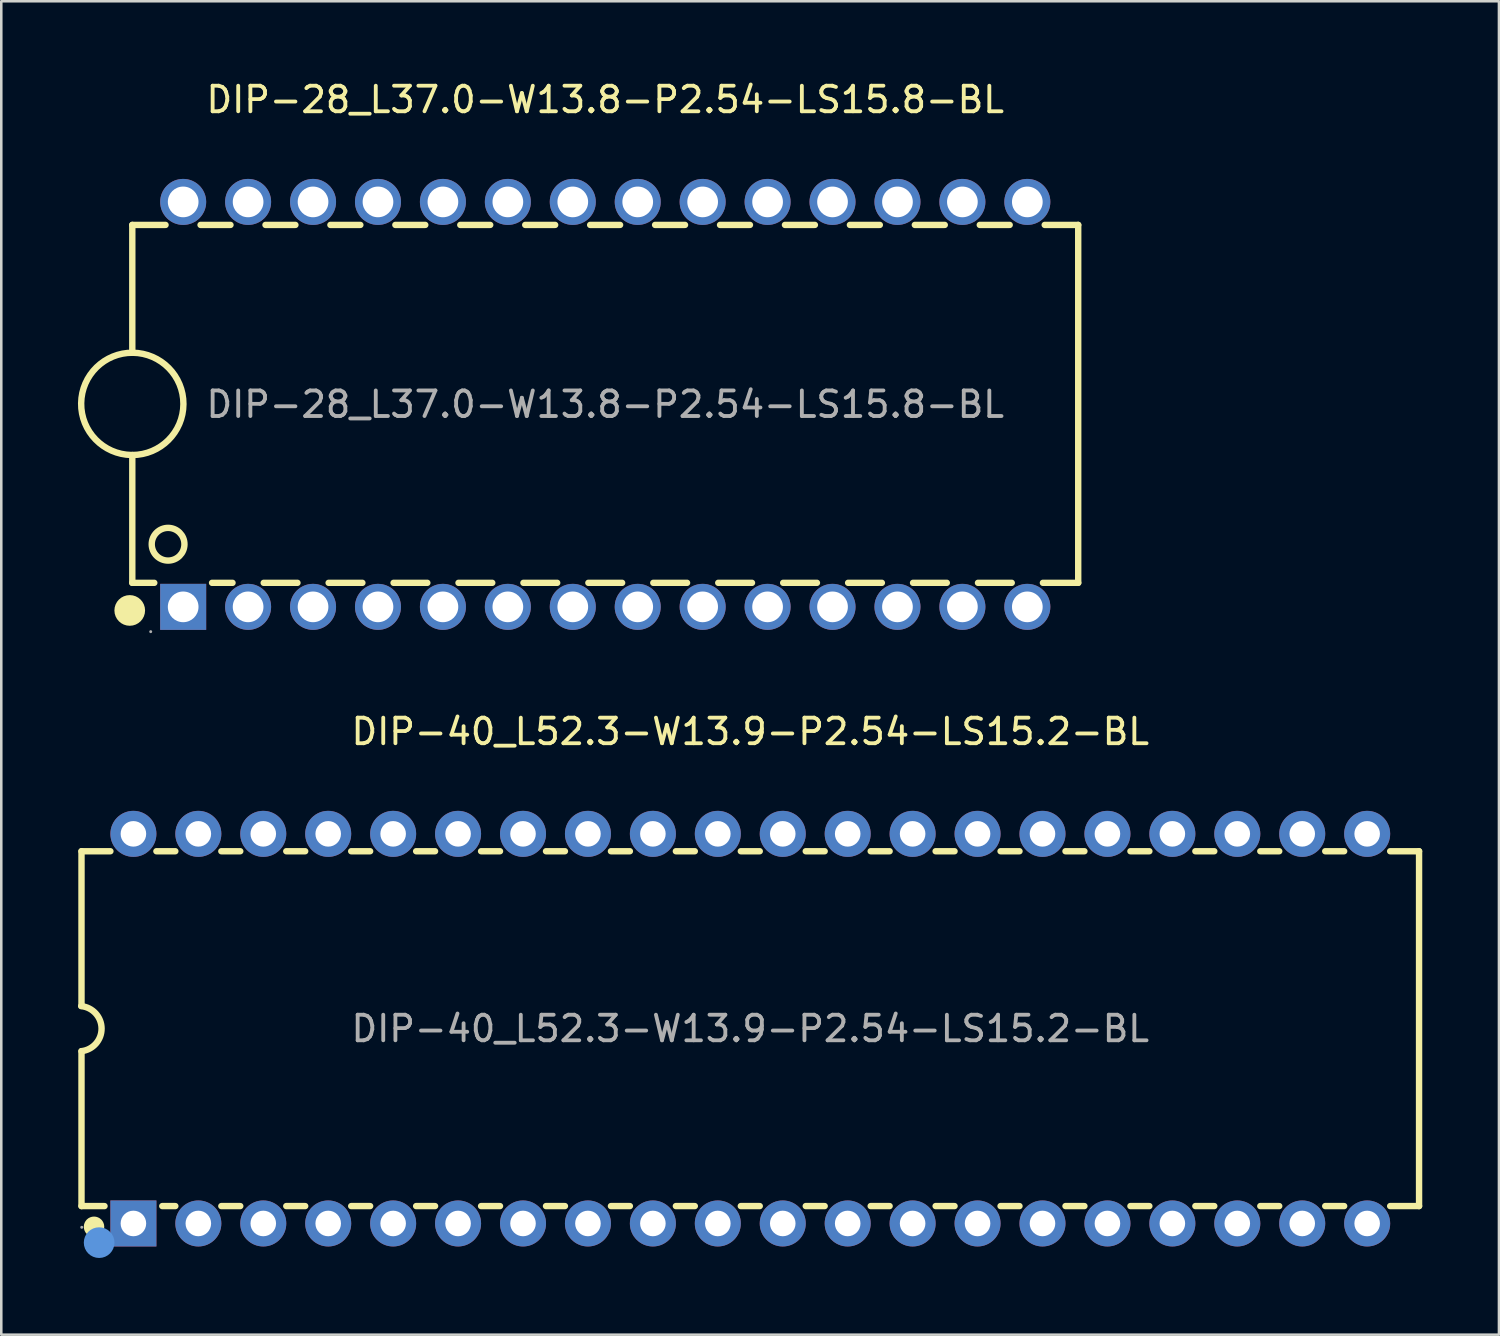
<source format=kicad_pcb>
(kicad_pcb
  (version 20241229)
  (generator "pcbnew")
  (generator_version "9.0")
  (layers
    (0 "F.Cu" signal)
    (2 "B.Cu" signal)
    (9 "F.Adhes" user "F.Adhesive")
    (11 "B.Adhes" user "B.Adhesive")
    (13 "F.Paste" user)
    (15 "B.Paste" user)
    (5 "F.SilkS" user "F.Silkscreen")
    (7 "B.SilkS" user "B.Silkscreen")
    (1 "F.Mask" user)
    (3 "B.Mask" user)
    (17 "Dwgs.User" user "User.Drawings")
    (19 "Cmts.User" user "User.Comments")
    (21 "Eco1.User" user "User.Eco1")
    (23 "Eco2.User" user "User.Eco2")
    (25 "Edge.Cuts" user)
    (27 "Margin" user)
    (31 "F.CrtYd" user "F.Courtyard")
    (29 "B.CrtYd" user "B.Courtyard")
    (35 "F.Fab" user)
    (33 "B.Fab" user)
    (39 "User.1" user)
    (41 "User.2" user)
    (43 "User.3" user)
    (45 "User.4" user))
  (footprint "DIP-40_L52.3-W13.9-P2.54-LS15.2-BL"
    (layer "F.Cu")
    (at 26.298 37.187)
    (property "Reference" "DIP-40_L52.3-W13.9-P2.54-LS15.2-BL" (at 0 -11.62 0) (layer "F.SilkS") (effects (font (size 1 1) (thickness 0.15))))
    (attr through_hole)
    (fp_line (start -26.16 -6.94) (end -26.16 -0.89) (stroke (width 0.25) (type solid)) (layer "F.SilkS"))
    (fp_line (start -26.16 -6.94) (end -25.03 -6.94) (stroke (width 0.25) (type solid)) (layer "F.SilkS"))
    (fp_line (start -26.16 6.94) (end -26.16 0.88) (stroke (width 0.25) (type solid)) (layer "F.SilkS"))
    (fp_line (start -26.16 6.94) (end -25.26 6.94) (stroke (width 0.25) (type solid)) (layer "F.SilkS"))
    (fp_line (start -23.23 -6.94) (end -22.49 -6.94) (stroke (width 0.25) (type solid)) (layer "F.SilkS"))
    (fp_line (start -23 6.94) (end -22.49 6.94) (stroke (width 0.25) (type solid)) (layer "F.SilkS"))
    (fp_line (start -20.69 -6.94) (end -19.95 -6.94) (stroke (width 0.25) (type solid)) (layer "F.SilkS"))
    (fp_line (start -20.69 6.94) (end -19.95 6.94) (stroke (width 0.25) (type solid)) (layer "F.SilkS"))
    (fp_line (start -18.15 -6.94) (end -17.41 -6.94) (stroke (width 0.25) (type solid)) (layer "F.SilkS"))
    (fp_line (start -18.15 6.94) (end -17.41 6.94) (stroke (width 0.25) (type solid)) (layer "F.SilkS"))
    (fp_line (start -15.61 -6.94) (end -14.87 -6.94) (stroke (width 0.25) (type solid)) (layer "F.SilkS"))
    (fp_line (start -15.61 6.94) (end -14.87 6.94) (stroke (width 0.25) (type solid)) (layer "F.SilkS"))
    (fp_line (start -13.07 -6.94) (end -12.33 -6.94) (stroke (width 0.25) (type solid)) (layer "F.SilkS"))
    (fp_line (start -13.07 6.94) (end -12.33 6.94) (stroke (width 0.25) (type solid)) (layer "F.SilkS"))
    (fp_line (start -10.53 -6.94) (end -9.79 -6.94) (stroke (width 0.25) (type solid)) (layer "F.SilkS"))
    (fp_line (start -10.53 6.94) (end -9.79 6.94) (stroke (width 0.25) (type solid)) (layer "F.SilkS"))
    (fp_line (start -7.99 -6.94) (end -7.25 -6.94) (stroke (width 0.25) (type solid)) (layer "F.SilkS"))
    (fp_line (start -7.99 6.94) (end -7.25 6.94) (stroke (width 0.25) (type solid)) (layer "F.SilkS"))
    (fp_line (start -5.45 -6.94) (end -4.71 -6.94) (stroke (width 0.25) (type solid)) (layer "F.SilkS"))
    (fp_line (start -5.45 6.94) (end -4.71 6.94) (stroke (width 0.25) (type solid)) (layer "F.SilkS"))
    (fp_line (start -2.91 -6.94) (end -2.17 -6.94) (stroke (width 0.25) (type solid)) (layer "F.SilkS"))
    (fp_line (start -2.91 6.94) (end -2.17 6.94) (stroke (width 0.25) (type solid)) (layer "F.SilkS"))
    (fp_line (start -0.37 -6.94) (end 0.37 -6.94) (stroke (width 0.25) (type solid)) (layer "F.SilkS"))
    (fp_line (start -0.37 6.94) (end 0.37 6.94) (stroke (width 0.25) (type solid)) (layer "F.SilkS"))
    (fp_line (start 2.17 -6.94) (end 2.91 -6.94) (stroke (width 0.25) (type solid)) (layer "F.SilkS"))
    (fp_line (start 2.17 6.94) (end 2.91 6.94) (stroke (width 0.25) (type solid)) (layer "F.SilkS"))
    (fp_line (start 4.71 -6.94) (end 5.45 -6.94) (stroke (width 0.25) (type solid)) (layer "F.SilkS"))
    (fp_line (start 4.71 6.94) (end 5.45 6.94) (stroke (width 0.25) (type solid)) (layer "F.SilkS"))
    (fp_line (start 7.25 -6.94) (end 7.99 -6.94) (stroke (width 0.25) (type solid)) (layer "F.SilkS"))
    (fp_line (start 7.25 6.94) (end 7.99 6.94) (stroke (width 0.25) (type solid)) (layer "F.SilkS"))
    (fp_line (start 9.79 -6.94) (end 10.53 -6.94) (stroke (width 0.25) (type solid)) (layer "F.SilkS"))
    (fp_line (start 9.79 6.94) (end 10.53 6.94) (stroke (width 0.25) (type solid)) (layer "F.SilkS"))
    (fp_line (start 12.33 -6.94) (end 13.07 -6.94) (stroke (width 0.25) (type solid)) (layer "F.SilkS"))
    (fp_line (start 12.33 6.94) (end 13.07 6.94) (stroke (width 0.25) (type solid)) (layer "F.SilkS"))
    (fp_line (start 14.87 -6.94) (end 15.61 -6.94) (stroke (width 0.25) (type solid)) (layer "F.SilkS"))
    (fp_line (start 14.87 6.94) (end 15.61 6.94) (stroke (width 0.25) (type solid)) (layer "F.SilkS"))
    (fp_line (start 17.41 -6.94) (end 18.15 -6.94) (stroke (width 0.25) (type solid)) (layer "F.SilkS"))
    (fp_line (start 17.41 6.94) (end 18.15 6.94) (stroke (width 0.25) (type solid)) (layer "F.SilkS"))
    (fp_line (start 19.95 -6.94) (end 20.69 -6.94) (stroke (width 0.25) (type solid)) (layer "F.SilkS"))
    (fp_line (start 19.95 6.94) (end 20.69 6.94) (stroke (width 0.25) (type solid)) (layer "F.SilkS"))
    (fp_line (start 22.49 -6.94) (end 23.23 -6.94) (stroke (width 0.25) (type solid)) (layer "F.SilkS"))
    (fp_line (start 22.49 6.94) (end 23.23 6.94) (stroke (width 0.25) (type solid)) (layer "F.SilkS"))
    (fp_line (start 25.03 -6.94) (end 26.16 -6.94) (stroke (width 0.25) (type solid)) (layer "F.SilkS"))
    (fp_line (start 25.03 6.94) (end 26.16 6.94) (stroke (width 0.25) (type solid)) (layer "F.SilkS"))
    (fp_line (start 26.16 -6.94) (end 26.16 6.94) (stroke (width 0.25) (type solid)) (layer "F.SilkS"))
    (fp_arc (start -26.172545 -0.881335) (mid -25.374359 -0.006308) (end -26.16 0.88) (stroke (width 0.25) (type solid)) (layer "F.SilkS"))
    (fp_circle (center -25.67 7.75) (end -25.47 7.75) (stroke (width 0.4) (type solid)) (fill no) (layer "F.SilkS"))
    (fp_circle (center -25.47 8.37) (end -25.17 8.37) (stroke (width 0.6) (type solid)) (fill no) (layer "Cmts.User"))
    (fp_circle (center -26.15 7.77) (end -26.12 7.77) (stroke (width 0.06) (type solid)) (fill no) (layer "F.Fab"))
    (fp_text user "${REFERENCE}" (at 0 0 0) (layer "F.Fab") (effects (font (size 1 1) (thickness 0.15))))
    (pad "1" thru_hole rect (at -24.13 7.62) (size 1.8 1.8) (drill 1) (layers "*.Cu" "*.Paste" "*.Mask"))
    (pad "2" thru_hole circle (at -21.59 7.62) (size 1.8 1.8) (drill 1) (layers "*.Cu" "*.Paste" "*.Mask"))
    (pad "3" thru_hole circle (at -19.05 7.62) (size 1.8 1.8) (drill 1) (layers "*.Cu" "*.Paste" "*.Mask"))
    (pad "4" thru_hole circle (at -16.51 7.62) (size 1.8 1.8) (drill 1) (layers "*.Cu" "*.Paste" "*.Mask"))
    (pad "5" thru_hole circle (at -13.97 7.62) (size 1.8 1.8) (drill 1) (layers "*.Cu" "*.Paste" "*.Mask"))
    (pad "6" thru_hole circle (at -11.43 7.62) (size 1.8 1.8) (drill 1) (layers "*.Cu" "*.Paste" "*.Mask"))
    (pad "7" thru_hole circle (at -8.89 7.62) (size 1.8 1.8) (drill 1) (layers "*.Cu" "*.Paste" "*.Mask"))
    (pad "8" thru_hole circle (at -6.35 7.62) (size 1.8 1.8) (drill 1) (layers "*.Cu" "*.Paste" "*.Mask"))
    (pad "9" thru_hole circle (at -3.81 7.62) (size 1.8 1.8) (drill 1) (layers "*.Cu" "*.Paste" "*.Mask"))
    (pad "10" thru_hole circle (at -1.27 7.62) (size 1.8 1.8) (drill 1) (layers "*.Cu" "*.Paste" "*.Mask"))
    (pad "11" thru_hole circle (at 1.27 7.62) (size 1.8 1.8) (drill 1) (layers "*.Cu" "*.Paste" "*.Mask"))
    (pad "12" thru_hole circle (at 3.81 7.62) (size 1.8 1.8) (drill 1) (layers "*.Cu" "*.Paste" "*.Mask"))
    (pad "13" thru_hole circle (at 6.35 7.62) (size 1.8 1.8) (drill 1) (layers "*.Cu" "*.Paste" "*.Mask"))
    (pad "14" thru_hole circle (at 8.89 7.62) (size 1.8 1.8) (drill 1) (layers "*.Cu" "*.Paste" "*.Mask"))
    (pad "15" thru_hole circle (at 11.43 7.62) (size 1.8 1.8) (drill 1) (layers "*.Cu" "*.Paste" "*.Mask"))
    (pad "16" thru_hole circle (at 13.97 7.62) (size 1.8 1.8) (drill 1) (layers "*.Cu" "*.Paste" "*.Mask"))
    (pad "17" thru_hole circle (at 16.51 7.62) (size 1.8 1.8) (drill 1) (layers "*.Cu" "*.Paste" "*.Mask"))
    (pad "18" thru_hole circle (at 19.05 7.62) (size 1.8 1.8) (drill 1) (layers "*.Cu" "*.Paste" "*.Mask"))
    (pad "19" thru_hole circle (at 21.59 7.62) (size 1.8 1.8) (drill 1) (layers "*.Cu" "*.Paste" "*.Mask"))
    (pad "20" thru_hole circle (at 24.13 7.62) (size 1.8 1.8) (drill 1) (layers "*.Cu" "*.Paste" "*.Mask"))
    (pad "21" thru_hole circle (at 24.13 -7.62) (size 1.8 1.8) (drill 1) (layers "*.Cu" "*.Paste" "*.Mask"))
    (pad "22" thru_hole circle (at 21.59 -7.62) (size 1.8 1.8) (drill 1) (layers "*.Cu" "*.Paste" "*.Mask"))
    (pad "23" thru_hole circle (at 19.05 -7.62) (size 1.8 1.8) (drill 1) (layers "*.Cu" "*.Paste" "*.Mask"))
    (pad "24" thru_hole circle (at 16.51 -7.62) (size 1.8 1.8) (drill 1) (layers "*.Cu" "*.Paste" "*.Mask"))
    (pad "25" thru_hole circle (at 13.97 -7.62) (size 1.8 1.8) (drill 1) (layers "*.Cu" "*.Paste" "*.Mask"))
    (pad "26" thru_hole circle (at 11.43 -7.62) (size 1.8 1.8) (drill 1) (layers "*.Cu" "*.Paste" "*.Mask"))
    (pad "27" thru_hole circle (at 8.89 -7.62) (size 1.8 1.8) (drill 1) (layers "*.Cu" "*.Paste" "*.Mask"))
    (pad "28" thru_hole circle (at 6.35 -7.62) (size 1.8 1.8) (drill 1) (layers "*.Cu" "*.Paste" "*.Mask"))
    (pad "29" thru_hole circle (at 3.81 -7.62) (size 1.8 1.8) (drill 1) (layers "*.Cu" "*.Paste" "*.Mask"))
    (pad "30" thru_hole circle (at 1.27 -7.62) (size 1.8 1.8) (drill 1) (layers "*.Cu" "*.Paste" "*.Mask"))
    (pad "31" thru_hole circle (at -1.27 -7.62) (size 1.8 1.8) (drill 1) (layers "*.Cu" "*.Paste" "*.Mask"))
    (pad "32" thru_hole circle (at -3.81 -7.62) (size 1.8 1.8) (drill 1) (layers "*.Cu" "*.Paste" "*.Mask"))
    (pad "33" thru_hole circle (at -6.35 -7.62) (size 1.8 1.8) (drill 1) (layers "*.Cu" "*.Paste" "*.Mask"))
    (pad "34" thru_hole circle (at -8.89 -7.62) (size 1.8 1.8) (drill 1) (layers "*.Cu" "*.Paste" "*.Mask"))
    (pad "35" thru_hole circle (at -11.43 -7.62) (size 1.8 1.8) (drill 1) (layers "*.Cu" "*.Paste" "*.Mask"))
    (pad "36" thru_hole circle (at -13.97 -7.62) (size 1.8 1.8) (drill 1) (layers "*.Cu" "*.Paste" "*.Mask"))
    (pad "37" thru_hole circle (at -16.51 -7.62) (size 1.8 1.8) (drill 1) (layers "*.Cu" "*.Paste" "*.Mask"))
    (pad "38" thru_hole circle (at -19.05 -7.62) (size 1.8 1.8) (drill 1) (layers "*.Cu" "*.Paste" "*.Mask"))
    (pad "39" thru_hole circle (at -21.59 -7.62) (size 1.8 1.8) (drill 1) (layers "*.Cu" "*.Paste" "*.Mask"))
    (pad "40" thru_hole circle (at -24.13 -7.62) (size 1.8 1.8) (drill 1) (layers "*.Cu" "*.Paste" "*.Mask")))
  (footprint "DIP-28_L37.0-W13.8-P2.54-LS15.8-BL"
    (layer "F.Cu")
    (at 20.625 12.768)
    (property "Reference" "DIP-28_L37.0-W13.8-P2.54-LS15.8-BL" (at 0 -11.92 0) (layer "F.SilkS") (effects (font (size 1 1) (thickness 0.15))))
    (attr through_hole)
    (fp_line (start -18.5 -7.02) (end -18.5 -2.02) (stroke (width 0.25) (type solid)) (layer "F.SilkS"))
    (fp_line (start -18.5 1.98) (end -18.5 6.98) (stroke (width 0.25) (type solid)) (layer "F.SilkS"))
    (fp_line (start -17.64 6.98) (end -18.5 6.98) (stroke (width 0.25) (type solid)) (layer "F.SilkS"))
    (fp_line (start -17.2 -7.02) (end -18.5 -7.02) (stroke (width 0.25) (type solid)) (layer "F.SilkS"))
    (fp_line (start -14.66 -7.02) (end -15.83 -7.02) (stroke (width 0.25) (type solid)) (layer "F.SilkS"))
    (fp_line (start -14.58 6.98) (end -15.38 6.98) (stroke (width 0.25) (type solid)) (layer "F.SilkS"))
    (fp_line (start -12.12 -7.02) (end -13.29 -7.02) (stroke (width 0.25) (type solid)) (layer "F.SilkS"))
    (fp_line (start -12.04 6.98) (end -13.36 6.98) (stroke (width 0.25) (type solid)) (layer "F.SilkS"))
    (fp_line (start -9.58 -7.02) (end -10.75 -7.02) (stroke (width 0.25) (type solid)) (layer "F.SilkS"))
    (fp_line (start -9.5 6.98) (end -10.82 6.98) (stroke (width 0.25) (type solid)) (layer "F.SilkS"))
    (fp_line (start -7.04 -7.02) (end -8.21 -7.02) (stroke (width 0.25) (type solid)) (layer "F.SilkS"))
    (fp_line (start -6.96 6.98) (end -8.28 6.98) (stroke (width 0.25) (type solid)) (layer "F.SilkS"))
    (fp_line (start -4.5 -7.02) (end -5.67 -7.02) (stroke (width 0.25) (type solid)) (layer "F.SilkS"))
    (fp_line (start -4.42 6.98) (end -5.74 6.98) (stroke (width 0.25) (type solid)) (layer "F.SilkS"))
    (fp_line (start -1.96 -7.02) (end -3.13 -7.02) (stroke (width 0.25) (type solid)) (layer "F.SilkS"))
    (fp_line (start -1.88 6.98) (end -3.2 6.98) (stroke (width 0.25) (type solid)) (layer "F.SilkS"))
    (fp_line (start 0.58 -7.02) (end -0.59 -7.02) (stroke (width 0.25) (type solid)) (layer "F.SilkS"))
    (fp_line (start 0.66 6.98) (end -0.66 6.98) (stroke (width 0.25) (type solid)) (layer "F.SilkS"))
    (fp_line (start 3.12 -7.02) (end 1.95 -7.02) (stroke (width 0.25) (type solid)) (layer "F.SilkS"))
    (fp_line (start 3.2 6.98) (end 1.88 6.98) (stroke (width 0.25) (type solid)) (layer "F.SilkS"))
    (fp_line (start 5.66 -7.02) (end 4.49 -7.02) (stroke (width 0.25) (type solid)) (layer "F.SilkS"))
    (fp_line (start 5.74 6.98) (end 4.42 6.98) (stroke (width 0.25) (type solid)) (layer "F.SilkS"))
    (fp_line (start 8.2 -7.02) (end 7.03 -7.02) (stroke (width 0.25) (type solid)) (layer "F.SilkS"))
    (fp_line (start 8.28 6.98) (end 6.96 6.98) (stroke (width 0.25) (type solid)) (layer "F.SilkS"))
    (fp_line (start 10.74 -7.02) (end 9.57 -7.02) (stroke (width 0.25) (type solid)) (layer "F.SilkS"))
    (fp_line (start 10.82 6.98) (end 9.5 6.98) (stroke (width 0.25) (type solid)) (layer "F.SilkS"))
    (fp_line (start 13.28 -7.02) (end 12.11 -7.02) (stroke (width 0.25) (type solid)) (layer "F.SilkS"))
    (fp_line (start 13.36 6.98) (end 12.04 6.98) (stroke (width 0.25) (type solid)) (layer "F.SilkS"))
    (fp_line (start 15.82 -7.02) (end 14.65 -7.02) (stroke (width 0.25) (type solid)) (layer "F.SilkS"))
    (fp_line (start 15.9 6.98) (end 14.58 6.98) (stroke (width 0.25) (type solid)) (layer "F.SilkS"))
    (fp_line (start 18.5 -7.02) (end 17.19 -7.02) (stroke (width 0.25) (type solid)) (layer "F.SilkS"))
    (fp_line (start 18.5 6.98) (end 17.12 6.98) (stroke (width 0.25) (type solid)) (layer "F.SilkS"))
    (fp_line (start 18.5 6.98) (end 18.5 -7.02) (stroke (width 0.25) (type solid)) (layer "F.SilkS"))
    (fp_arc (start -18.6 8.06) (mid -18.6 8.06) (end -18.6 8.06) (stroke (width 0.6) (type solid)) (layer "F.SilkS"))
    (fp_arc (start -18.534905 1.979695) (mid -18.482547 -2.019923) (end -18.5 1.98) (stroke (width 0.25) (type solid)) (layer "F.SilkS"))
    (fp_circle (center -17.1 5.47) (end -16.46 5.47) (stroke (width 0.25) (type solid)) (fill no) (layer "F.SilkS"))
    (fp_circle (center -17.78 8.89) (end -17.75 8.89) (stroke (width 0.06) (type solid)) (fill no) (layer "F.Fab"))
    (fp_text user "${REFERENCE}" (at 0 0 0) (layer "F.Fab") (effects (font (size 1 1) (thickness 0.15))))
    (pad "1" thru_hole rect (at -16.51 7.92) (size 1.8 1.8) (drill 1.2) (layers "*.Cu" "*.Paste" "*.Mask"))
    (pad "2" thru_hole circle (at -13.97 7.92) (size 1.8 1.8) (drill 1.2) (layers "*.Cu" "*.Paste" "*.Mask"))
    (pad "3" thru_hole circle (at -11.43 7.92) (size 1.8 1.8) (drill 1.2) (layers "*.Cu" "*.Paste" "*.Mask"))
    (pad "4" thru_hole circle (at -8.89 7.92) (size 1.8 1.8) (drill 1.2) (layers "*.Cu" "*.Paste" "*.Mask"))
    (pad "5" thru_hole circle (at -6.35 7.92) (size 1.8 1.8) (drill 1.2) (layers "*.Cu" "*.Paste" "*.Mask"))
    (pad "6" thru_hole circle (at -3.81 7.92) (size 1.8 1.8) (drill 1.2) (layers "*.Cu" "*.Paste" "*.Mask"))
    (pad "7" thru_hole circle (at -1.27 7.92) (size 1.8 1.8) (drill 1.2) (layers "*.Cu" "*.Paste" "*.Mask"))
    (pad "8" thru_hole circle (at 1.27 7.92) (size 1.8 1.8) (drill 1.2) (layers "*.Cu" "*.Paste" "*.Mask"))
    (pad "9" thru_hole circle (at 3.81 7.92) (size 1.8 1.8) (drill 1.2) (layers "*.Cu" "*.Paste" "*.Mask"))
    (pad "10" thru_hole circle (at 6.35 7.92 180) (size 1.8 1.8) (drill 1.2) (layers "*.Cu" "*.Paste" "*.Mask"))
    (pad "11" thru_hole circle (at 8.89 7.92 180) (size 1.8 1.8) (drill 1.2) (layers "*.Cu" "*.Paste" "*.Mask"))
    (pad "12" thru_hole circle (at 11.43 7.92 180) (size 1.8 1.8) (drill 1.2) (layers "*.Cu" "*.Paste" "*.Mask"))
    (pad "13" thru_hole circle (at 13.97 7.92 180) (size 1.8 1.8) (drill 1.2) (layers "*.Cu" "*.Paste" "*.Mask"))
    (pad "14" thru_hole circle (at 16.51 7.92 180) (size 1.8 1.8) (drill 1.2) (layers "*.Cu" "*.Paste" "*.Mask"))
    (pad "15" thru_hole circle (at 16.51 -7.92) (size 1.8 1.8) (drill 1.2) (layers "*.Cu" "*.Paste" "*.Mask"))
    (pad "16" thru_hole circle (at 13.97 -7.92) (size 1.8 1.8) (drill 1.2) (layers "*.Cu" "*.Paste" "*.Mask"))
    (pad "17" thru_hole circle (at 11.43 -7.92) (size 1.8 1.8) (drill 1.2) (layers "*.Cu" "*.Paste" "*.Mask"))
    (pad "18" thru_hole circle (at 8.89 -7.92) (size 1.8 1.8) (drill 1.2) (layers "*.Cu" "*.Paste" "*.Mask"))
    (pad "19" thru_hole circle (at 6.35 -7.92) (size 1.8 1.8) (drill 1.2) (layers "*.Cu" "*.Paste" "*.Mask"))
    (pad "20" thru_hole circle (at 3.81 -7.92) (size 1.8 1.8) (drill 1.2) (layers "*.Cu" "*.Paste" "*.Mask"))
    (pad "21" thru_hole circle (at 1.27 -7.92) (size 1.8 1.8) (drill 1.2) (layers "*.Cu" "*.Paste" "*.Mask"))
    (pad "22" thru_hole circle (at -1.27 -7.92) (size 1.8 1.8) (drill 1.2) (layers "*.Cu" "*.Paste" "*.Mask"))
    (pad "23" thru_hole circle (at -3.81 -7.92) (size 1.8 1.8) (drill 1.2) (layers "*.Cu" "*.Paste" "*.Mask"))
    (pad "24" thru_hole circle (at -6.35 -7.92) (size 1.8 1.8) (drill 1.2) (layers "*.Cu" "*.Paste" "*.Mask"))
    (pad "25" thru_hole circle (at -8.89 -7.92) (size 1.8 1.8) (drill 1.2) (layers "*.Cu" "*.Paste" "*.Mask"))
    (pad "26" thru_hole circle (at -11.43 -7.92) (size 1.8 1.8) (drill 1.2) (layers "*.Cu" "*.Paste" "*.Mask"))
    (pad "27" thru_hole circle (at -13.97 -7.92) (size 1.8 1.8) (drill 1.2) (layers "*.Cu" "*.Paste" "*.Mask"))
    (pad "28" thru_hole circle (at -16.51 -7.92) (size 1.8 1.8) (drill 1.2) (layers "*.Cu" "*.Paste" "*.Mask")))
  (gr_rect
    (start -3 -3)
    (end 55.583 49.157)
    (stroke (width 0.1) (type default))
    (fill no)
    (layer "Edge.Cuts")))
</source>
